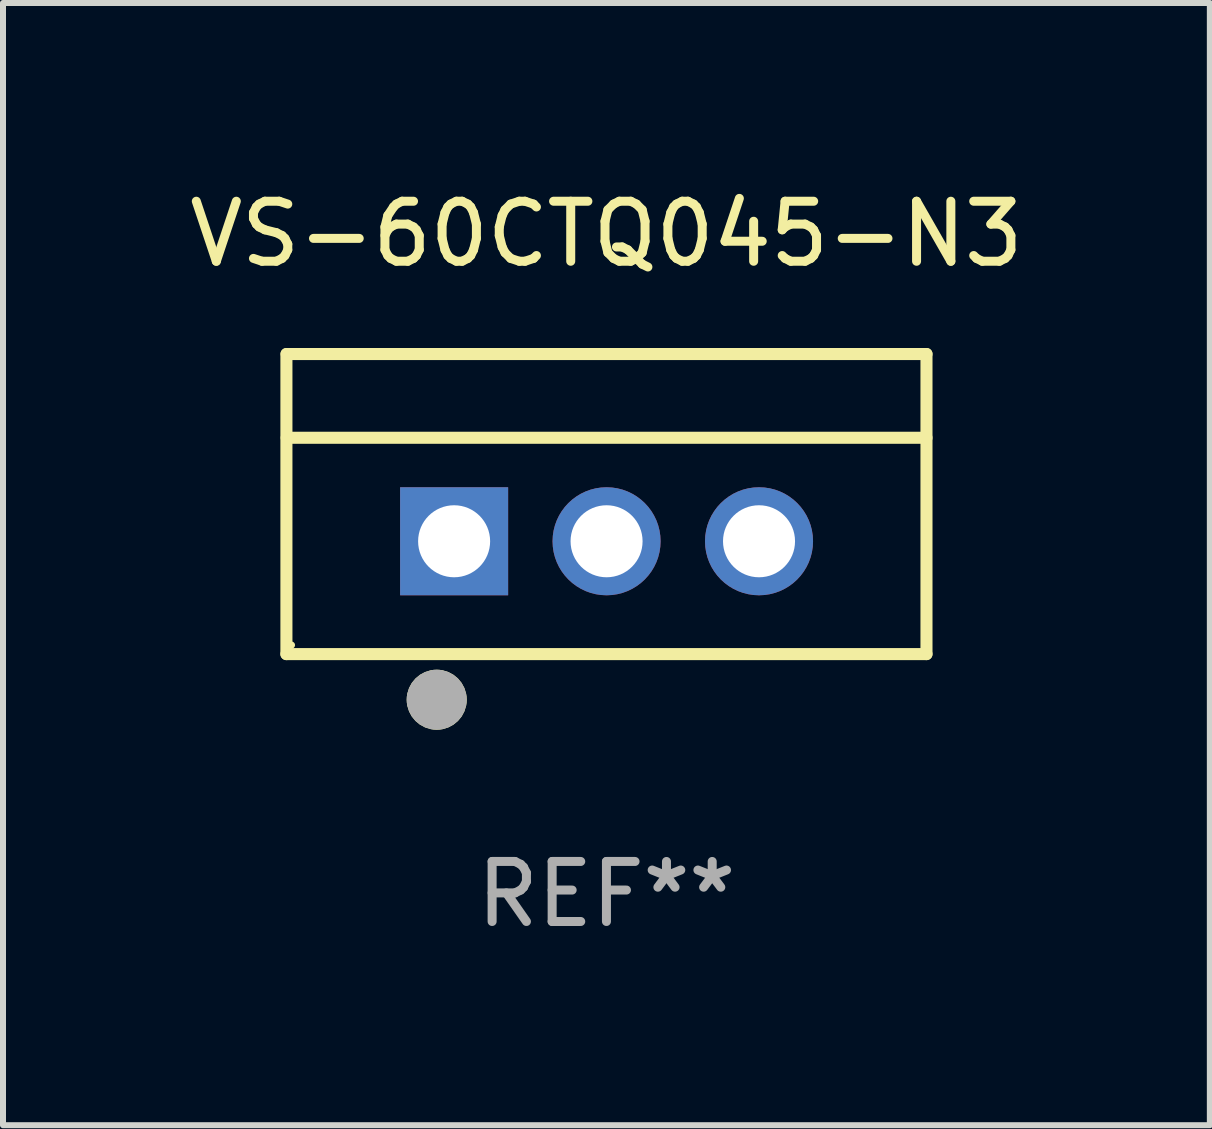
<source format=kicad_pcb>
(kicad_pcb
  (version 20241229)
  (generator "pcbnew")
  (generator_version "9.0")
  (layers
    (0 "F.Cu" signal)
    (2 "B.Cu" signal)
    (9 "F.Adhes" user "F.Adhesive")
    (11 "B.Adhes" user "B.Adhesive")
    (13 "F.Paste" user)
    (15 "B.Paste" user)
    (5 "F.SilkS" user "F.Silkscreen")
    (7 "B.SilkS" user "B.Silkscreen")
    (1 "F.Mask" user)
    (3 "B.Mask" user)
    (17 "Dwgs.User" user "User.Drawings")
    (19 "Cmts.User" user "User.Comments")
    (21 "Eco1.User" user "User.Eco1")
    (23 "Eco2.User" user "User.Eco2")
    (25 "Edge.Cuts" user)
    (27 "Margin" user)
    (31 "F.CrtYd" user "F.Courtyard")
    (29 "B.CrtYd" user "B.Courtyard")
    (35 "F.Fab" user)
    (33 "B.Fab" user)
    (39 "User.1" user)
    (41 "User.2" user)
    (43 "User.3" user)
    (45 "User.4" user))
  (footprint "VS-60CTQ045-N3"
    (layer "F.Cu")
    (at 7.054 5.348)
    (property "Reference" "VS-60CTQ045-N3" (at 0 -4.5 0) (layer "F.SilkS") (effects (font (size 1 1) (thickness 0.15))))
    (attr through_hole)
    (fp_line (start -5.332 2.5) (end -5.332 -2.5) (stroke (width 0.201) (type solid)) (layer "F.SilkS"))
    (fp_line (start -5.328 -2.5) (end 5.332 -2.5) (stroke (width 0.201) (type solid)) (layer "F.SilkS"))
    (fp_line (start -5.328 -1.104) (end 5.332 -1.104) (stroke (width 0.201) (type solid)) (layer "F.SilkS"))
    (fp_line (start 5.332 -2.5) (end 5.332 2.5) (stroke (width 0.201) (type solid)) (layer "F.SilkS"))
    (fp_line (start 5.332 2.5) (end -5.332 2.5) (stroke (width 0.201) (type solid)) (layer "F.SilkS"))
    (fp_circle (center -5.248 2.35) (end -5.218 2.35) (stroke (width 0.06) (type solid)) (fill no) (layer "F.SilkS"))
    (fp_circle (center -2.828 3.26) (end -2.578 3.26) (stroke (width 0.5) (type solid)) (fill no) (layer "F.SilkS"))
    (fp_circle (center -2.828 3.26) (end -2.578 3.26) (stroke (width 0.5) (type solid)) (fill no) (layer "F.Fab"))
    (fp_text user "REF**" (at 0 6.5 0) (layer "F.Fab") (effects (font (size 1 1) (thickness 0.15))))
    (pad "1" thru_hole rect (at -2.538 0.62) (size 1.8 1.8) (drill 1.2) (layers "*.Cu" "*.Mask"))
    (pad "2" thru_hole circle (at 0.002 0.62) (size 1.8 1.8) (drill 1.2) (layers "*.Cu" "*.Mask"))
    (pad "3" thru_hole circle (at 2.542 0.62) (size 1.8 1.8) (drill 1.2) (layers "*.Cu" "*.Mask")))
  (gr_rect
    (start -3 -3)
    (end 17.107 15.697)
    (stroke (width 0.1) (type default))
    (fill no)
    (layer "Edge.Cuts")))
</source>
